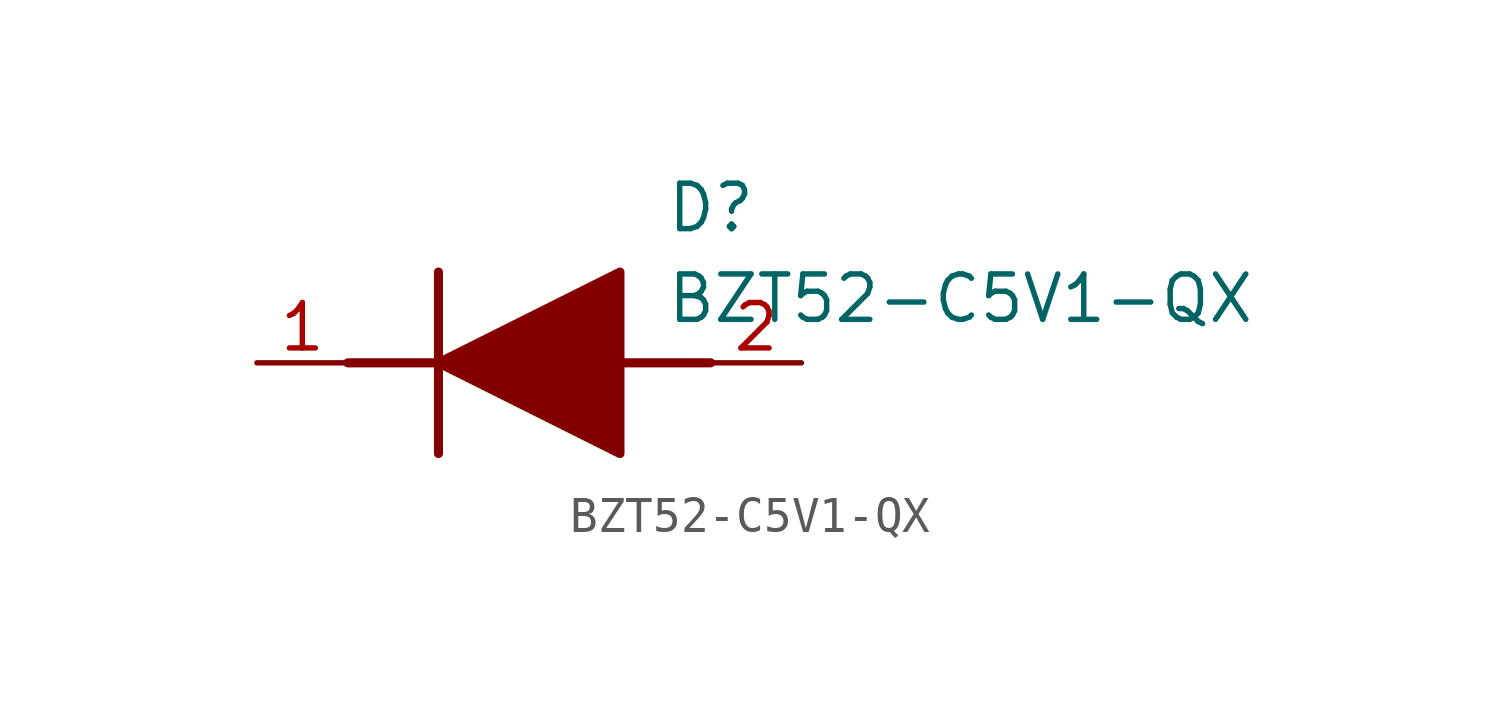
<source format=kicad_sym>
(kicad_symbol_lib
  (version 20211014)
  (generator SamacSys_ECAD_Model)
  (symbol "BZT52-C5V1-QX"
    (pin_names hide)
    (property "Reference" "D"
      (at 11.43 5.08 0)
      (effects (font (size 1.27 1.27)) (justify left top)))
    (property "Value" "BZT52-C5V1-QX"
      (at 11.43 2.54 0)
      (effects (font (size 1.27 1.27)) (justify left top)))
    (polyline
      (pts (xy 5.08 2.54) (xy 5.08 -2.54))
      (stroke (width 0.254) (type default))
      (fill (type none)))
    (polyline
      (pts (xy 2.54 0) (xy 5.08 0))
      (stroke (width 0.254) (type default))
      (fill (type none)))
    (polyline
      (pts (xy 10.16 0) (xy 12.7 0))
      (stroke (width 0.254) (type default))
      (fill (type none)))
    (polyline
      (pts (xy 5.08 0) (xy 10.16 2.54) (xy 10.16 -2.54) (xy 5.08 0))
      (stroke (width 0.254) (type default))
      (fill (type outline)))
    (pin passive line
      (at 0 0 0)
      (length 2.54)
      (name "K" (effects (font (size 1.27 1.27))))
      (number "1" (effects (font (size 1.27 1.27)))))
    (pin passive line
      (at 15.24 0 180)
      (length 2.54)
      (name "A" (effects (font (size 1.27 1.27))))
      (number "2" (effects (font (size 1.27 1.27)))))))
</source>
